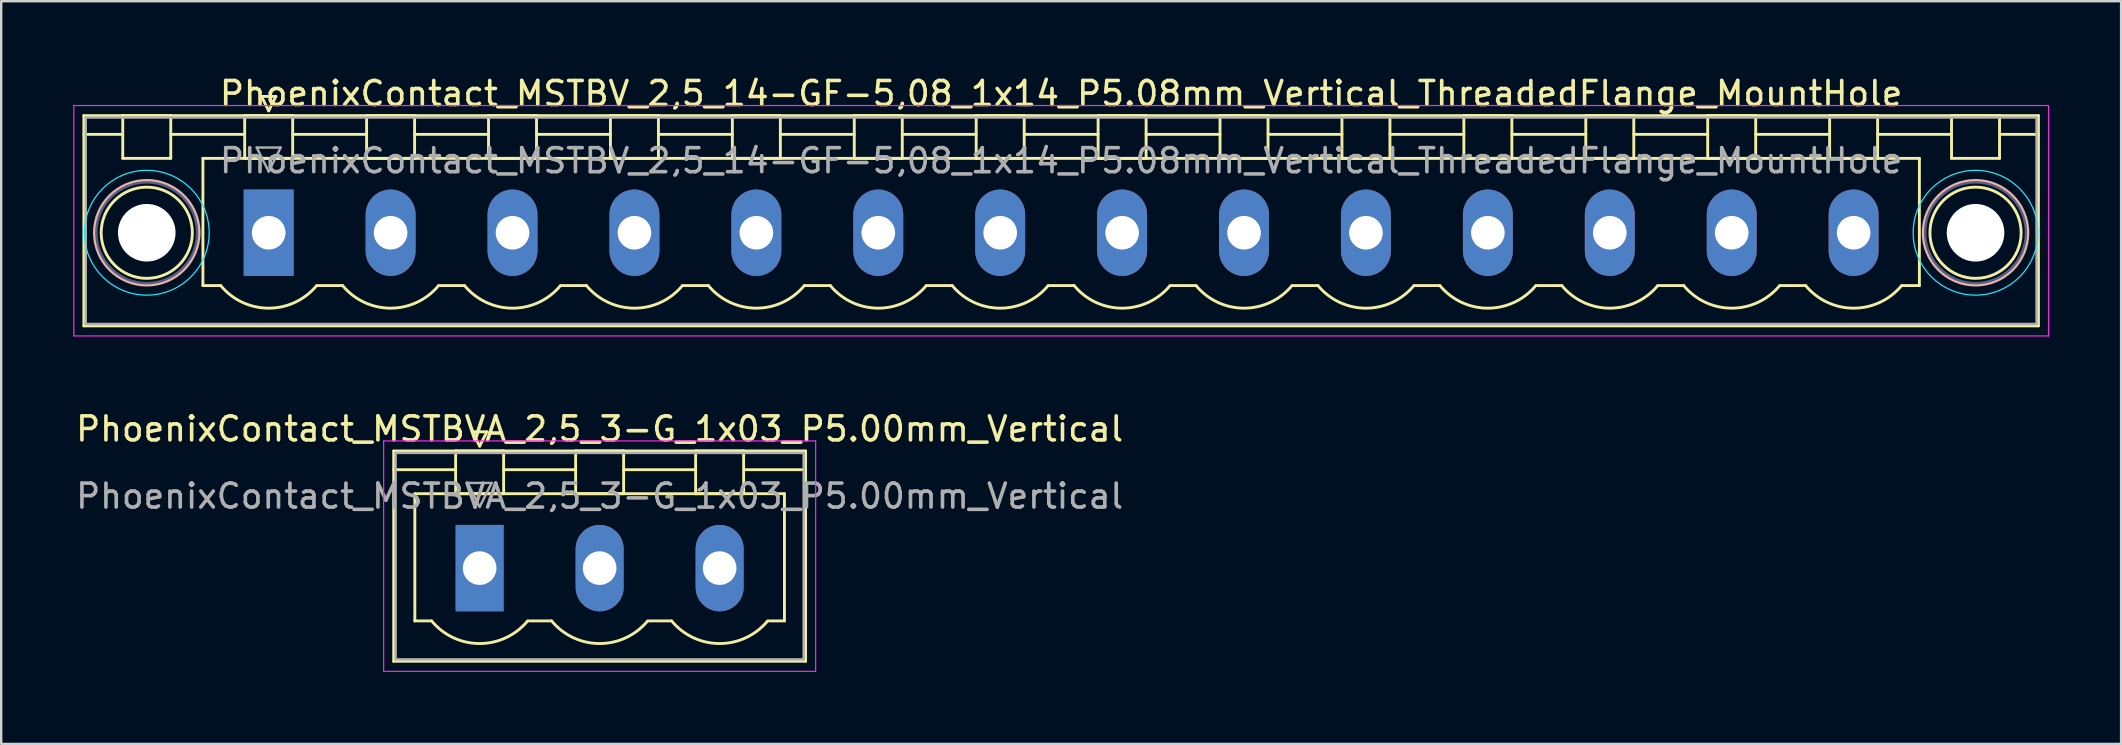
<source format=kicad_pcb>
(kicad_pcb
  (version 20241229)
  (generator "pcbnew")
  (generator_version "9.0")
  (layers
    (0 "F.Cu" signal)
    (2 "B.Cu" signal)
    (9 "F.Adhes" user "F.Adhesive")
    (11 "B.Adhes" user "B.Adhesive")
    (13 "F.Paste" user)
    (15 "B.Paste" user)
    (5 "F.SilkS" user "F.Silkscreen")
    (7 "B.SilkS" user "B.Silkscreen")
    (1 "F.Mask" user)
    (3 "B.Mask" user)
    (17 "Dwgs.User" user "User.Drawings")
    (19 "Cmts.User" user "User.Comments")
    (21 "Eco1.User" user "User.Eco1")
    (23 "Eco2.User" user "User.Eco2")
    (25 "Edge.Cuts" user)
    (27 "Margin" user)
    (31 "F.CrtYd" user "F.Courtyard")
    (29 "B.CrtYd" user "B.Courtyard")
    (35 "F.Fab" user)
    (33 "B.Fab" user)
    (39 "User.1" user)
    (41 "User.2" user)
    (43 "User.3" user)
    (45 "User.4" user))
  (footprint "PhoenixContact_MSTBVA_2,5_3-G_1x03_P5.00mm_Vertical"
    (layer "F.Cu")
    (at 16.935 20.622)
    (property "Reference" "PhoenixContact_MSTBVA_2,5_3-G_1x03_P5.00mm_Vertical" (at 5 -5.8 0) (layer "F.SilkS") (effects (font (size 1 1) (thickness 0.15))))
    (attr through_hole)
    (fp_line (start -3.58 -4.88) (end -3.58 3.88) (stroke (width 0.12) (type solid)) (layer "F.SilkS"))
    (fp_line (start -3.58 -4.1) (end -1.08 -4.1) (stroke (width 0.12) (type solid)) (layer "F.SilkS"))
    (fp_line (start -3.58 3.88) (end 13.58 3.88) (stroke (width 0.12) (type solid)) (layer "F.SilkS"))
    (fp_line (start -2.7 -3.1) (end 12.7 -3.1) (stroke (width 0.12) (type solid)) (layer "F.SilkS"))
    (fp_line (start -2.7 2.2) (end -2.7 -3.1) (stroke (width 0.12) (type solid)) (layer "F.SilkS"))
    (fp_line (start -2 2.2) (end -2.7 2.2) (stroke (width 0.12) (type solid)) (layer "F.SilkS"))
    (fp_line (start -1 -4.88) (end 1 -4.88) (stroke (width 0.12) (type solid)) (layer "F.SilkS"))
    (fp_line (start -1 -3.1) (end -1 -4.88) (stroke (width 0.12) (type solid)) (layer "F.SilkS"))
    (fp_line (start -0.3 -5.68) (end 0.3 -5.68) (stroke (width 0.12) (type solid)) (layer "F.SilkS"))
    (fp_line (start 0 -5.08) (end -0.3 -5.68) (stroke (width 0.12) (type solid)) (layer "F.SilkS"))
    (fp_line (start 0.3 -5.68) (end 0 -5.08) (stroke (width 0.12) (type solid)) (layer "F.SilkS"))
    (fp_line (start 1 -4.88) (end 1 -3.1) (stroke (width 0.12) (type solid)) (layer "F.SilkS"))
    (fp_line (start 1 -4.1) (end 4 -4.1) (stroke (width 0.12) (type solid)) (layer "F.SilkS"))
    (fp_line (start 1 -3.1) (end -1 -3.1) (stroke (width 0.12) (type solid)) (layer "F.SilkS"))
    (fp_line (start 2 2.2) (end 3 2.2) (stroke (width 0.12) (type solid)) (layer "F.SilkS"))
    (fp_line (start 4 -4.88) (end 6 -4.88) (stroke (width 0.12) (type solid)) (layer "F.SilkS"))
    (fp_line (start 4 -3.1) (end 4 -4.88) (stroke (width 0.12) (type solid)) (layer "F.SilkS"))
    (fp_line (start 6 -4.88) (end 6 -3.1) (stroke (width 0.12) (type solid)) (layer "F.SilkS"))
    (fp_line (start 6 -4.1) (end 9 -4.1) (stroke (width 0.12) (type solid)) (layer "F.SilkS"))
    (fp_line (start 6 -3.1) (end 4 -3.1) (stroke (width 0.12) (type solid)) (layer "F.SilkS"))
    (fp_line (start 7 2.2) (end 8 2.2) (stroke (width 0.12) (type solid)) (layer "F.SilkS"))
    (fp_line (start 9 -4.88) (end 11 -4.88) (stroke (width 0.12) (type solid)) (layer "F.SilkS"))
    (fp_line (start 9 -3.1) (end 9 -4.88) (stroke (width 0.12) (type solid)) (layer "F.SilkS"))
    (fp_line (start 11 -4.88) (end 11 -3.1) (stroke (width 0.12) (type solid)) (layer "F.SilkS"))
    (fp_line (start 11 -3.1) (end 9 -3.1) (stroke (width 0.12) (type solid)) (layer "F.SilkS"))
    (fp_line (start 12.7 -3.1) (end 12.7 2.2) (stroke (width 0.12) (type solid)) (layer "F.SilkS"))
    (fp_line (start 12.7 2.2) (end 12 2.2) (stroke (width 0.12) (type solid)) (layer "F.SilkS"))
    (fp_line (start 13.58 -4.88) (end -3.58 -4.88) (stroke (width 0.12) (type solid)) (layer "F.SilkS"))
    (fp_line (start 13.58 -4.1) (end 11.08 -4.1) (stroke (width 0.12) (type solid)) (layer "F.SilkS"))
    (fp_line (start 13.58 3.88) (end 13.58 -4.88) (stroke (width 0.12) (type solid)) (layer "F.SilkS"))
    (fp_arc (start 1.986842 2.215821) (mid -0.010289 3.142758) (end -2 2.2) (stroke (width 0.12) (type solid)) (layer "F.SilkS"))
    (fp_arc (start 6.986842 2.215821) (mid 4.989711 3.142758) (end 3 2.2) (stroke (width 0.12) (type solid)) (layer "F.SilkS"))
    (fp_arc (start 11.986842 2.215821) (mid 9.989711 3.142758) (end 8 2.2) (stroke (width 0.12) (type solid)) (layer "F.SilkS"))
    (fp_line (start -4 -5.3) (end -4 4.3) (stroke (width 0.05) (type solid)) (layer "F.CrtYd"))
    (fp_line (start -4 4.3) (end 14 4.3) (stroke (width 0.05) (type solid)) (layer "F.CrtYd"))
    (fp_line (start 14 -5.3) (end -4 -5.3) (stroke (width 0.05) (type solid)) (layer "F.CrtYd"))
    (fp_line (start 14 4.3) (end 14 -5.3) (stroke (width 0.05) (type solid)) (layer "F.CrtYd"))
    (fp_line (start -3.5 -4.8) (end -3.5 3.8) (stroke (width 0.1) (type solid)) (layer "F.Fab"))
    (fp_line (start -3.5 3.8) (end 13.5 3.8) (stroke (width 0.1) (type solid)) (layer "F.Fab"))
    (fp_line (start -0.5 -3.55) (end 0.5 -3.55) (stroke (width 0.1) (type solid)) (layer "F.Fab"))
    (fp_line (start 0 -2.55) (end -0.5 -3.55) (stroke (width 0.1) (type solid)) (layer "F.Fab"))
    (fp_line (start 0.5 -3.55) (end 0 -2.55) (stroke (width 0.1) (type solid)) (layer "F.Fab"))
    (fp_line (start 13.5 -4.8) (end -3.5 -4.8) (stroke (width 0.1) (type solid)) (layer "F.Fab"))
    (fp_line (start 13.5 3.8) (end 13.5 -4.8) (stroke (width 0.1) (type solid)) (layer "F.Fab"))
    (fp_text user "${REFERENCE}" (at 5 -3 0) (layer "F.Fab") (effects (font (size 1 1) (thickness 0.15))))
    (pad "1" thru_hole rect (at 0 0) (size 2 3.6) (drill 1.4) (layers "*.Cu" "*.Mask"))
    (pad "2" thru_hole oval (at 5 0) (size 2 3.6) (drill 1.4) (layers "*.Cu" "*.Mask"))
    (pad "3" thru_hole oval (at 10 0) (size 2 3.6) (drill 1.4) (layers "*.Cu" "*.Mask")))
  (footprint "PhoenixContact_MSTBV_2,5_14-GF-5,08_1x14_P5.08mm_Vertical_ThreadedFlange_MountHole"
    (layer "F.Cu")
    (at 8.145 6.648)
    (property "Reference" "PhoenixContact_MSTBV_2,5_14-GF-5,08_1x14_P5.08mm_Vertical_ThreadedFlange_MountHole" (at 33.02 -5.8 0) (layer "F.SilkS") (effects (font (size 1 1) (thickness 0.15))))
    (attr through_hole)
    (fp_line (start -7.7 -4.88) (end -7.7 3.88) (stroke (width 0.12) (type solid)) (layer "F.SilkS"))
    (fp_line (start -7.7 -4.1) (end -6.16 -4.1) (stroke (width 0.12) (type solid)) (layer "F.SilkS"))
    (fp_line (start -7.7 3.88) (end 73.74 3.88) (stroke (width 0.12) (type solid)) (layer "F.SilkS"))
    (fp_line (start -6.08 -4.88) (end -4.08 -4.88) (stroke (width 0.12) (type solid)) (layer "F.SilkS"))
    (fp_line (start -6.08 -3.1) (end -6.08 -4.88) (stroke (width 0.12) (type solid)) (layer "F.SilkS"))
    (fp_line (start -4.08 -4.88) (end -4.08 -3.1) (stroke (width 0.12) (type solid)) (layer "F.SilkS"))
    (fp_line (start -4.08 -4.1) (end -1 -4.1) (stroke (width 0.12) (type solid)) (layer "F.SilkS"))
    (fp_line (start -4.08 -3.1) (end -6.08 -3.1) (stroke (width 0.12) (type solid)) (layer "F.SilkS"))
    (fp_line (start -2.74 -3.1) (end 68.78 -3.1) (stroke (width 0.12) (type solid)) (layer "F.SilkS"))
    (fp_line (start -2.74 2.2) (end -2.74 -3.1) (stroke (width 0.12) (type solid)) (layer "F.SilkS"))
    (fp_line (start -2 2.2) (end -2.74 2.2) (stroke (width 0.12) (type solid)) (layer "F.SilkS"))
    (fp_line (start -1 -4.88) (end 1 -4.88) (stroke (width 0.12) (type solid)) (layer "F.SilkS"))
    (fp_line (start -1 -3.1) (end -1 -4.88) (stroke (width 0.12) (type solid)) (layer "F.SilkS"))
    (fp_line (start -0.3 -5.68) (end 0.3 -5.68) (stroke (width 0.12) (type solid)) (layer "F.SilkS"))
    (fp_line (start 0 -5.08) (end -0.3 -5.68) (stroke (width 0.12) (type solid)) (layer "F.SilkS"))
    (fp_line (start 0.3 -5.68) (end 0 -5.08) (stroke (width 0.12) (type solid)) (layer "F.SilkS"))
    (fp_line (start 1 -4.88) (end 1 -3.1) (stroke (width 0.12) (type solid)) (layer "F.SilkS"))
    (fp_line (start 1 -4.1) (end 4.08 -4.1) (stroke (width 0.12) (type solid)) (layer "F.SilkS"))
    (fp_line (start 1 -3.1) (end -1 -3.1) (stroke (width 0.12) (type solid)) (layer "F.SilkS"))
    (fp_line (start 2 2.2) (end 3.08 2.2) (stroke (width 0.12) (type solid)) (layer "F.SilkS"))
    (fp_line (start 4.08 -4.88) (end 6.08 -4.88) (stroke (width 0.12) (type solid)) (layer "F.SilkS"))
    (fp_line (start 4.08 -3.1) (end 4.08 -4.88) (stroke (width 0.12) (type solid)) (layer "F.SilkS"))
    (fp_line (start 6.08 -4.88) (end 6.08 -3.1) (stroke (width 0.12) (type solid)) (layer "F.SilkS"))
    (fp_line (start 6.08 -4.1) (end 9.16 -4.1) (stroke (width 0.12) (type solid)) (layer "F.SilkS"))
    (fp_line (start 6.08 -3.1) (end 4.08 -3.1) (stroke (width 0.12) (type solid)) (layer "F.SilkS"))
    (fp_line (start 7.08 2.2) (end 8.16 2.2) (stroke (width 0.12) (type solid)) (layer "F.SilkS"))
    (fp_line (start 9.16 -4.88) (end 11.16 -4.88) (stroke (width 0.12) (type solid)) (layer "F.SilkS"))
    (fp_line (start 9.16 -3.1) (end 9.16 -4.88) (stroke (width 0.12) (type solid)) (layer "F.SilkS"))
    (fp_line (start 11.16 -4.88) (end 11.16 -3.1) (stroke (width 0.12) (type solid)) (layer "F.SilkS"))
    (fp_line (start 11.16 -4.1) (end 14.24 -4.1) (stroke (width 0.12) (type solid)) (layer "F.SilkS"))
    (fp_line (start 11.16 -3.1) (end 9.16 -3.1) (stroke (width 0.12) (type solid)) (layer "F.SilkS"))
    (fp_line (start 12.16 2.2) (end 13.24 2.2) (stroke (width 0.12) (type solid)) (layer "F.SilkS"))
    (fp_line (start 14.24 -4.88) (end 16.24 -4.88) (stroke (width 0.12) (type solid)) (layer "F.SilkS"))
    (fp_line (start 14.24 -3.1) (end 14.24 -4.88) (stroke (width 0.12) (type solid)) (layer "F.SilkS"))
    (fp_line (start 16.24 -4.88) (end 16.24 -3.1) (stroke (width 0.12) (type solid)) (layer "F.SilkS"))
    (fp_line (start 16.24 -4.1) (end 19.32 -4.1) (stroke (width 0.12) (type solid)) (layer "F.SilkS"))
    (fp_line (start 16.24 -3.1) (end 14.24 -3.1) (stroke (width 0.12) (type solid)) (layer "F.SilkS"))
    (fp_line (start 17.24 2.2) (end 18.32 2.2) (stroke (width 0.12) (type solid)) (layer "F.SilkS"))
    (fp_line (start 19.32 -4.88) (end 21.32 -4.88) (stroke (width 0.12) (type solid)) (layer "F.SilkS"))
    (fp_line (start 19.32 -3.1) (end 19.32 -4.88) (stroke (width 0.12) (type solid)) (layer "F.SilkS"))
    (fp_line (start 21.32 -4.88) (end 21.32 -3.1) (stroke (width 0.12) (type solid)) (layer "F.SilkS"))
    (fp_line (start 21.32 -4.1) (end 24.4 -4.1) (stroke (width 0.12) (type solid)) (layer "F.SilkS"))
    (fp_line (start 21.32 -3.1) (end 19.32 -3.1) (stroke (width 0.12) (type solid)) (layer "F.SilkS"))
    (fp_line (start 22.32 2.2) (end 23.4 2.2) (stroke (width 0.12) (type solid)) (layer "F.SilkS"))
    (fp_line (start 24.4 -4.88) (end 26.4 -4.88) (stroke (width 0.12) (type solid)) (layer "F.SilkS"))
    (fp_line (start 24.4 -3.1) (end 24.4 -4.88) (stroke (width 0.12) (type solid)) (layer "F.SilkS"))
    (fp_line (start 26.4 -4.88) (end 26.4 -3.1) (stroke (width 0.12) (type solid)) (layer "F.SilkS"))
    (fp_line (start 26.4 -4.1) (end 29.48 -4.1) (stroke (width 0.12) (type solid)) (layer "F.SilkS"))
    (fp_line (start 26.4 -3.1) (end 24.4 -3.1) (stroke (width 0.12) (type solid)) (layer "F.SilkS"))
    (fp_line (start 27.4 2.2) (end 28.48 2.2) (stroke (width 0.12) (type solid)) (layer "F.SilkS"))
    (fp_line (start 29.48 -4.88) (end 31.48 -4.88) (stroke (width 0.12) (type solid)) (layer "F.SilkS"))
    (fp_line (start 29.48 -3.1) (end 29.48 -4.88) (stroke (width 0.12) (type solid)) (layer "F.SilkS"))
    (fp_line (start 31.48 -4.88) (end 31.48 -3.1) (stroke (width 0.12) (type solid)) (layer "F.SilkS"))
    (fp_line (start 31.48 -4.1) (end 34.56 -4.1) (stroke (width 0.12) (type solid)) (layer "F.SilkS"))
    (fp_line (start 31.48 -3.1) (end 29.48 -3.1) (stroke (width 0.12) (type solid)) (layer "F.SilkS"))
    (fp_line (start 32.48 2.2) (end 33.56 2.2) (stroke (width 0.12) (type solid)) (layer "F.SilkS"))
    (fp_line (start 34.56 -4.88) (end 36.56 -4.88) (stroke (width 0.12) (type solid)) (layer "F.SilkS"))
    (fp_line (start 34.56 -3.1) (end 34.56 -4.88) (stroke (width 0.12) (type solid)) (layer "F.SilkS"))
    (fp_line (start 36.56 -4.88) (end 36.56 -3.1) (stroke (width 0.12) (type solid)) (layer "F.SilkS"))
    (fp_line (start 36.56 -4.1) (end 39.64 -4.1) (stroke (width 0.12) (type solid)) (layer "F.SilkS"))
    (fp_line (start 36.56 -3.1) (end 34.56 -3.1) (stroke (width 0.12) (type solid)) (layer "F.SilkS"))
    (fp_line (start 37.56 2.2) (end 38.64 2.2) (stroke (width 0.12) (type solid)) (layer "F.SilkS"))
    (fp_line (start 39.64 -4.88) (end 41.64 -4.88) (stroke (width 0.12) (type solid)) (layer "F.SilkS"))
    (fp_line (start 39.64 -3.1) (end 39.64 -4.88) (stroke (width 0.12) (type solid)) (layer "F.SilkS"))
    (fp_line (start 41.64 -4.88) (end 41.64 -3.1) (stroke (width 0.12) (type solid)) (layer "F.SilkS"))
    (fp_line (start 41.64 -4.1) (end 44.72 -4.1) (stroke (width 0.12) (type solid)) (layer "F.SilkS"))
    (fp_line (start 41.64 -3.1) (end 39.64 -3.1) (stroke (width 0.12) (type solid)) (layer "F.SilkS"))
    (fp_line (start 42.64 2.2) (end 43.72 2.2) (stroke (width 0.12) (type solid)) (layer "F.SilkS"))
    (fp_line (start 44.72 -4.88) (end 46.72 -4.88) (stroke (width 0.12) (type solid)) (layer "F.SilkS"))
    (fp_line (start 44.72 -3.1) (end 44.72 -4.88) (stroke (width 0.12) (type solid)) (layer "F.SilkS"))
    (fp_line (start 46.72 -4.88) (end 46.72 -3.1) (stroke (width 0.12) (type solid)) (layer "F.SilkS"))
    (fp_line (start 46.72 -4.1) (end 49.8 -4.1) (stroke (width 0.12) (type solid)) (layer "F.SilkS"))
    (fp_line (start 46.72 -3.1) (end 44.72 -3.1) (stroke (width 0.12) (type solid)) (layer "F.SilkS"))
    (fp_line (start 47.72 2.2) (end 48.8 2.2) (stroke (width 0.12) (type solid)) (layer "F.SilkS"))
    (fp_line (start 49.8 -4.88) (end 51.8 -4.88) (stroke (width 0.12) (type solid)) (layer "F.SilkS"))
    (fp_line (start 49.8 -3.1) (end 49.8 -4.88) (stroke (width 0.12) (type solid)) (layer "F.SilkS"))
    (fp_line (start 51.8 -4.88) (end 51.8 -3.1) (stroke (width 0.12) (type solid)) (layer "F.SilkS"))
    (fp_line (start 51.8 -4.1) (end 54.88 -4.1) (stroke (width 0.12) (type solid)) (layer "F.SilkS"))
    (fp_line (start 51.8 -3.1) (end 49.8 -3.1) (stroke (width 0.12) (type solid)) (layer "F.SilkS"))
    (fp_line (start 52.8 2.2) (end 53.88 2.2) (stroke (width 0.12) (type solid)) (layer "F.SilkS"))
    (fp_line (start 54.88 -4.88) (end 56.88 -4.88) (stroke (width 0.12) (type solid)) (layer "F.SilkS"))
    (fp_line (start 54.88 -3.1) (end 54.88 -4.88) (stroke (width 0.12) (type solid)) (layer "F.SilkS"))
    (fp_line (start 56.88 -4.88) (end 56.88 -3.1) (stroke (width 0.12) (type solid)) (layer "F.SilkS"))
    (fp_line (start 56.88 -4.1) (end 59.96 -4.1) (stroke (width 0.12) (type solid)) (layer "F.SilkS"))
    (fp_line (start 56.88 -3.1) (end 54.88 -3.1) (stroke (width 0.12) (type solid)) (layer "F.SilkS"))
    (fp_line (start 57.88 2.2) (end 58.96 2.2) (stroke (width 0.12) (type solid)) (layer "F.SilkS"))
    (fp_line (start 59.96 -4.88) (end 61.96 -4.88) (stroke (width 0.12) (type solid)) (layer "F.SilkS"))
    (fp_line (start 59.96 -3.1) (end 59.96 -4.88) (stroke (width 0.12) (type solid)) (layer "F.SilkS"))
    (fp_line (start 61.96 -4.88) (end 61.96 -3.1) (stroke (width 0.12) (type solid)) (layer "F.SilkS"))
    (fp_line (start 61.96 -4.1) (end 65.04 -4.1) (stroke (width 0.12) (type solid)) (layer "F.SilkS"))
    (fp_line (start 61.96 -3.1) (end 59.96 -3.1) (stroke (width 0.12) (type solid)) (layer "F.SilkS"))
    (fp_line (start 62.96 2.2) (end 64.04 2.2) (stroke (width 0.12) (type solid)) (layer "F.SilkS"))
    (fp_line (start 65.04 -4.88) (end 67.04 -4.88) (stroke (width 0.12) (type solid)) (layer "F.SilkS"))
    (fp_line (start 65.04 -3.1) (end 65.04 -4.88) (stroke (width 0.12) (type solid)) (layer "F.SilkS"))
    (fp_line (start 67.04 -4.88) (end 67.04 -3.1) (stroke (width 0.12) (type solid)) (layer "F.SilkS"))
    (fp_line (start 67.04 -4.1) (end 70.12 -4.1) (stroke (width 0.12) (type solid)) (layer "F.SilkS"))
    (fp_line (start 67.04 -3.1) (end 65.04 -3.1) (stroke (width 0.12) (type solid)) (layer "F.SilkS"))
    (fp_line (start 68.78 -3.1) (end 68.78 2.2) (stroke (width 0.12) (type solid)) (layer "F.SilkS"))
    (fp_line (start 68.78 2.2) (end 68.04 2.2) (stroke (width 0.12) (type solid)) (layer "F.SilkS"))
    (fp_line (start 70.12 -4.88) (end 72.12 -4.88) (stroke (width 0.12) (type solid)) (layer "F.SilkS"))
    (fp_line (start 70.12 -3.1) (end 70.12 -4.88) (stroke (width 0.12) (type solid)) (layer "F.SilkS"))
    (fp_line (start 72.12 -4.88) (end 72.12 -3.1) (stroke (width 0.12) (type solid)) (layer "F.SilkS"))
    (fp_line (start 72.12 -3.1) (end 70.12 -3.1) (stroke (width 0.12) (type solid)) (layer "F.SilkS"))
    (fp_line (start 73.74 -4.88) (end -7.7 -4.88) (stroke (width 0.12) (type solid)) (layer "F.SilkS"))
    (fp_line (start 73.74 -4.1) (end 72.2 -4.1) (stroke (width 0.12) (type solid)) (layer "F.SilkS"))
    (fp_line (start 73.74 3.88) (end 73.74 -4.88) (stroke (width 0.12) (type solid)) (layer "F.SilkS"))
    (fp_arc (start 1.986842 2.215821) (mid -0.010289 3.142758) (end -2 2.2) (stroke (width 0.12) (type solid)) (layer "F.SilkS"))
    (fp_arc (start 7.066842 2.215821) (mid 5.069711 3.142758) (end 3.08 2.2) (stroke (width 0.12) (type solid)) (layer "F.SilkS"))
    (fp_arc (start 12.146842 2.215821) (mid 10.149711 3.142758) (end 8.16 2.2) (stroke (width 0.12) (type solid)) (layer "F.SilkS"))
    (fp_arc (start 17.226842 2.215821) (mid 15.229711 3.142758) (end 13.24 2.2) (stroke (width 0.12) (type solid)) (layer "F.SilkS"))
    (fp_arc (start 22.306842 2.215821) (mid 20.309711 3.142758) (end 18.32 2.2) (stroke (width 0.12) (type solid)) (layer "F.SilkS"))
    (fp_arc (start 27.386842 2.215821) (mid 25.389711 3.142758) (end 23.4 2.2) (stroke (width 0.12) (type solid)) (layer "F.SilkS"))
    (fp_arc (start 32.466842 2.215821) (mid 30.469711 3.142758) (end 28.48 2.2) (stroke (width 0.12) (type solid)) (layer "F.SilkS"))
    (fp_arc (start 37.546842 2.215821) (mid 35.549711 3.142758) (end 33.56 2.2) (stroke (width 0.12) (type solid)) (layer "F.SilkS"))
    (fp_arc (start 42.626842 2.215821) (mid 40.629711 3.142758) (end 38.64 2.2) (stroke (width 0.12) (type solid)) (layer "F.SilkS"))
    (fp_arc (start 47.706842 2.215821) (mid 45.709711 3.142758) (end 43.72 2.2) (stroke (width 0.12) (type solid)) (layer "F.SilkS"))
    (fp_arc (start 52.786842 2.215821) (mid 50.789711 3.142758) (end 48.8 2.2) (stroke (width 0.12) (type solid)) (layer "F.SilkS"))
    (fp_arc (start 57.866842 2.215821) (mid 55.869711 3.142758) (end 53.88 2.2) (stroke (width 0.12) (type solid)) (layer "F.SilkS"))
    (fp_arc (start 62.946842 2.215821) (mid 60.949711 3.142758) (end 58.96 2.2) (stroke (width 0.12) (type solid)) (layer "F.SilkS"))
    (fp_arc (start 68.026842 2.215821) (mid 66.029711 3.142758) (end 64.04 2.2) (stroke (width 0.12) (type solid)) (layer "F.SilkS"))
    (fp_circle (center -5.08 0) (end -3.18 0) (stroke (width 0.12) (type solid)) (fill no) (layer "F.SilkS"))
    (fp_circle (center 71.12 0) (end 73.02 0) (stroke (width 0.12) (type solid)) (fill no) (layer "F.SilkS"))
    (fp_circle (center -5.08 0) (end -2.9 0) (stroke (width 0.12) (type solid)) (fill no) (layer "B.SilkS"))
    (fp_circle (center 71.12 0) (end 73.3 0) (stroke (width 0.12) (type solid)) (fill no) (layer "B.SilkS"))
    (fp_circle (center -5.08 0) (end -2.48 0) (stroke (width 0.05) (type solid)) (fill no) (layer "B.CrtYd"))
    (fp_circle (center 71.12 0) (end 73.72 0) (stroke (width 0.05) (type solid)) (fill no) (layer "B.CrtYd"))
    (fp_line (start -8.12 -5.3) (end -8.12 4.3) (stroke (width 0.05) (type solid)) (layer "F.CrtYd"))
    (fp_line (start -8.12 4.3) (end 74.16 4.3) (stroke (width 0.05) (type solid)) (layer "F.CrtYd"))
    (fp_line (start 74.16 -5.3) (end -8.12 -5.3) (stroke (width 0.05) (type solid)) (layer "F.CrtYd"))
    (fp_line (start 74.16 4.3) (end 74.16 -5.3) (stroke (width 0.05) (type solid)) (layer "F.CrtYd"))
    (fp_circle (center -5.08 0) (end -2.98 0) (stroke (width 0.1) (type solid)) (fill no) (layer "B.Fab"))
    (fp_circle (center 71.12 0) (end 73.22 0) (stroke (width 0.1) (type solid)) (fill no) (layer "B.Fab"))
    (fp_line (start -7.62 -4.8) (end -7.62 3.8) (stroke (width 0.1) (type solid)) (layer "F.Fab"))
    (fp_line (start -7.62 3.8) (end 73.66 3.8) (stroke (width 0.1) (type solid)) (layer "F.Fab"))
    (fp_line (start -0.5 -3.55) (end 0.5 -3.55) (stroke (width 0.1) (type solid)) (layer "F.Fab"))
    (fp_line (start 0 -2.55) (end -0.5 -3.55) (stroke (width 0.1) (type solid)) (layer "F.Fab"))
    (fp_line (start 0.5 -3.55) (end 0 -2.55) (stroke (width 0.1) (type solid)) (layer "F.Fab"))
    (fp_line (start 73.66 -4.8) (end -7.62 -4.8) (stroke (width 0.1) (type solid)) (layer "F.Fab"))
    (fp_line (start 73.66 3.8) (end 73.66 -4.8) (stroke (width 0.1) (type solid)) (layer "F.Fab"))
    (fp_text user "${REFERENCE}" (at 33.02 -3 0) (layer "F.Fab") (effects (font (size 1 1) (thickness 0.15))))
    (pad "" np_thru_hole circle (at -5.08 0) (size 2.4 2.4) (drill 2.4) (layers "*.Cu" "*.Mask"))
    (pad "" np_thru_hole circle (at 71.12 0) (size 2.4 2.4) (drill 2.4) (layers "*.Cu" "*.Mask"))
    (pad "1" thru_hole rect (at 0 0) (size 2.08 3.6) (drill 1.4) (layers "*.Cu" "*.Mask"))
    (pad "2" thru_hole oval (at 5.08 0) (size 2.08 3.6) (drill 1.4) (layers "*.Cu" "*.Mask"))
    (pad "3" thru_hole oval (at 10.16 0) (size 2.08 3.6) (drill 1.4) (layers "*.Cu" "*.Mask"))
    (pad "4" thru_hole oval (at 15.24 0) (size 2.08 3.6) (drill 1.4) (layers "*.Cu" "*.Mask"))
    (pad "5" thru_hole oval (at 20.32 0) (size 2.08 3.6) (drill 1.4) (layers "*.Cu" "*.Mask"))
    (pad "6" thru_hole oval (at 25.4 0) (size 2.08 3.6) (drill 1.4) (layers "*.Cu" "*.Mask"))
    (pad "7" thru_hole oval (at 30.48 0) (size 2.08 3.6) (drill 1.4) (layers "*.Cu" "*.Mask"))
    (pad "8" thru_hole oval (at 35.56 0) (size 2.08 3.6) (drill 1.4) (layers "*.Cu" "*.Mask"))
    (pad "9" thru_hole oval (at 40.64 0) (size 2.08 3.6) (drill 1.4) (layers "*.Cu" "*.Mask"))
    (pad "10" thru_hole oval (at 45.72 0) (size 2.08 3.6) (drill 1.4) (layers "*.Cu" "*.Mask"))
    (pad "11" thru_hole oval (at 50.8 0) (size 2.08 3.6) (drill 1.4) (layers "*.Cu" "*.Mask"))
    (pad "12" thru_hole oval (at 55.88 0) (size 2.08 3.6) (drill 1.4) (layers "*.Cu" "*.Mask"))
    (pad "13" thru_hole oval (at 60.96 0) (size 2.08 3.6) (drill 1.4) (layers "*.Cu" "*.Mask"))
    (pad "14" thru_hole oval (at 66.04 0) (size 2.08 3.6) (drill 1.4) (layers "*.Cu" "*.Mask")))
  (gr_rect
    (start -3 -3)
    (end 85.33 27.947)
    (stroke (width 0.1) (type default))
    (fill no)
    (layer "Edge.Cuts")))
</source>
